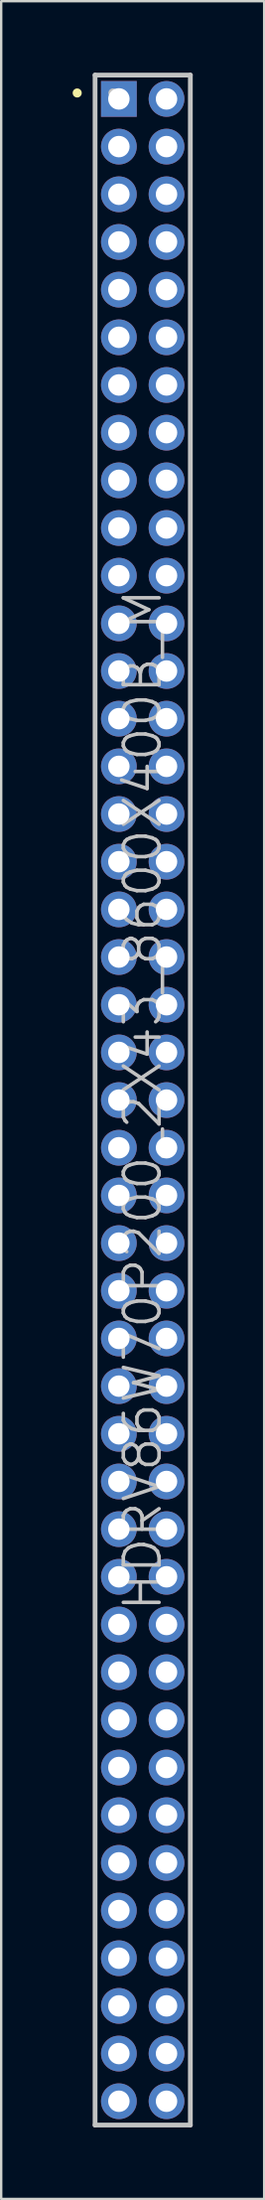
<source format=kicad_pcb>
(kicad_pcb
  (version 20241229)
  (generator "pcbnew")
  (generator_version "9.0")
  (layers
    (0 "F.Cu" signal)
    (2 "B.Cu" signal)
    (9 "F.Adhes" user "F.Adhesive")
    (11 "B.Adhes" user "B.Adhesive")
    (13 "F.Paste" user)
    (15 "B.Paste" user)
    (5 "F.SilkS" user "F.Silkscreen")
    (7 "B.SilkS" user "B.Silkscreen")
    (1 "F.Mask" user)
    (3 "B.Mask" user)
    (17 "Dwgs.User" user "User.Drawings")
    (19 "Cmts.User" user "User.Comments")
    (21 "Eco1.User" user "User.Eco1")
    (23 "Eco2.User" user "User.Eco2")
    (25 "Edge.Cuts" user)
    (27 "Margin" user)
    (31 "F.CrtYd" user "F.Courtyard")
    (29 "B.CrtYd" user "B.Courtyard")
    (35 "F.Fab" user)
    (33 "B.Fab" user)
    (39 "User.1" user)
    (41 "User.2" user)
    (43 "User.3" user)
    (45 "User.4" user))
  (footprint "HDRV86W70P200_2X43_8600X400B_M"
    (layer "F.Cu")
    (at 2.941 43.1)
    (property "Reference" "HDRV86W70P200_2X43_8600X400B_M" (at 0 0 90) (layer "Dwgs.User") (effects (font (size 1.5 1.5) (thickness 0.15))))
    (attr through_hole)
    (fp_line (start -2.75 -42.25) (end -2.75 -42.25) (stroke (width 0.381) (type solid)) (layer "F.SilkS"))
    (fp_line (start -2 -43) (end -2 43) (stroke (width 0.2) (type solid)) (layer "Dwgs.User"))
    (fp_line (start -2 -43) (end 2 -43) (stroke (width 0.2) (type solid)) (layer "Dwgs.User"))
    (fp_line (start -2 43) (end 2 43) (stroke (width 0.2) (type solid)) (layer "Dwgs.User"))
    (fp_line (start -1.25 -42.25) (end -1.25 -42.25) (stroke (width 0.381) (type solid)) (layer "Dwgs.User"))
    (fp_line (start 2 -43) (end 2 43) (stroke (width 0.2) (type solid)) (layer "Dwgs.User"))
    (pad "1" thru_hole rect (at -1 -42) (size 1.5 1.5) (drill 0.9) (layers "*.Cu" "*.Mask"))
    (pad "2" thru_hole circle (at 1 -42 270) (size 1.5 1.5) (drill 0.9) (layers "*.Cu" "*.Mask"))
    (pad "3" thru_hole circle (at -1 -40 270) (size 1.5 1.5) (drill 0.9) (layers "*.Cu" "*.Mask"))
    (pad "4" thru_hole circle (at 1 -40 270) (size 1.5 1.5) (drill 0.9) (layers "*.Cu" "*.Mask"))
    (pad "5" thru_hole circle (at -1 -38 270) (size 1.5 1.5) (drill 0.9) (layers "*.Cu" "*.Mask"))
    (pad "6" thru_hole circle (at 1 -38 270) (size 1.5 1.5) (drill 0.9) (layers "*.Cu" "*.Mask"))
    (pad "7" thru_hole circle (at -1 -36 270) (size 1.5 1.5) (drill 0.9) (layers "*.Cu" "*.Mask"))
    (pad "8" thru_hole circle (at 1 -36 270) (size 1.5 1.5) (drill 0.9) (layers "*.Cu" "*.Mask"))
    (pad "9" thru_hole circle (at -1 -34 270) (size 1.5 1.5) (drill 0.9) (layers "*.Cu" "*.Mask"))
    (pad "10" thru_hole circle (at 1 -34 270) (size 1.5 1.5) (drill 0.9) (layers "*.Cu" "*.Mask"))
    (pad "11" thru_hole circle (at -1 -32 270) (size 1.5 1.5) (drill 0.9) (layers "*.Cu" "*.Mask"))
    (pad "12" thru_hole circle (at 1 -32 270) (size 1.5 1.5) (drill 0.9) (layers "*.Cu" "*.Mask"))
    (pad "13" thru_hole circle (at -1 -30 270) (size 1.5 1.5) (drill 0.9) (layers "*.Cu" "*.Mask"))
    (pad "14" thru_hole circle (at 1 -30 270) (size 1.5 1.5) (drill 0.9) (layers "*.Cu" "*.Mask"))
    (pad "15" thru_hole circle (at -1 -28 270) (size 1.5 1.5) (drill 0.9) (layers "*.Cu" "*.Mask"))
    (pad "16" thru_hole circle (at 1 -28 270) (size 1.5 1.5) (drill 0.9) (layers "*.Cu" "*.Mask"))
    (pad "17" thru_hole circle (at -1 -26 270) (size 1.5 1.5) (drill 0.9) (layers "*.Cu" "*.Mask"))
    (pad "18" thru_hole circle (at 1 -26 270) (size 1.5 1.5) (drill 0.9) (layers "*.Cu" "*.Mask"))
    (pad "19" thru_hole circle (at -1 -24 270) (size 1.5 1.5) (drill 0.9) (layers "*.Cu" "*.Mask"))
    (pad "20" thru_hole circle (at 1 -24 270) (size 1.5 1.5) (drill 0.9) (layers "*.Cu" "*.Mask"))
    (pad "21" thru_hole circle (at -1 -22 270) (size 1.5 1.5) (drill 0.9) (layers "*.Cu" "*.Mask"))
    (pad "22" thru_hole circle (at 1 -22 270) (size 1.5 1.5) (drill 0.9) (layers "*.Cu" "*.Mask"))
    (pad "23" thru_hole circle (at -1 -20 270) (size 1.5 1.5) (drill 0.9) (layers "*.Cu" "*.Mask"))
    (pad "24" thru_hole circle (at 1 -20 270) (size 1.5 1.5) (drill 0.9) (layers "*.Cu" "*.Mask"))
    (pad "25" thru_hole circle (at -1 -18 270) (size 1.5 1.5) (drill 0.9) (layers "*.Cu" "*.Mask"))
    (pad "26" thru_hole circle (at 1 -18 270) (size 1.5 1.5) (drill 0.9) (layers "*.Cu" "*.Mask"))
    (pad "27" thru_hole circle (at -1 -16 270) (size 1.5 1.5) (drill 0.9) (layers "*.Cu" "*.Mask"))
    (pad "28" thru_hole circle (at 1 -16 270) (size 1.5 1.5) (drill 0.9) (layers "*.Cu" "*.Mask"))
    (pad "29" thru_hole circle (at -1 -14 270) (size 1.5 1.5) (drill 0.9) (layers "*.Cu" "*.Mask"))
    (pad "30" thru_hole circle (at 1 -14 270) (size 1.5 1.5) (drill 0.9) (layers "*.Cu" "*.Mask"))
    (pad "31" thru_hole circle (at -1 -12 270) (size 1.5 1.5) (drill 0.9) (layers "*.Cu" "*.Mask"))
    (pad "32" thru_hole circle (at 1 -12 270) (size 1.5 1.5) (drill 0.9) (layers "*.Cu" "*.Mask"))
    (pad "33" thru_hole circle (at -1 -10 270) (size 1.5 1.5) (drill 0.9) (layers "*.Cu" "*.Mask"))
    (pad "34" thru_hole circle (at 1 -10 270) (size 1.5 1.5) (drill 0.9) (layers "*.Cu" "*.Mask"))
    (pad "35" thru_hole circle (at -1 -8 270) (size 1.5 1.5) (drill 0.9) (layers "*.Cu" "*.Mask"))
    (pad "36" thru_hole circle (at 1 -8 270) (size 1.5 1.5) (drill 0.9) (layers "*.Cu" "*.Mask"))
    (pad "37" thru_hole circle (at -1 -6 270) (size 1.5 1.5) (drill 0.9) (layers "*.Cu" "*.Mask"))
    (pad "38" thru_hole circle (at 1 -6 270) (size 1.5 1.5) (drill 0.9) (layers "*.Cu" "*.Mask"))
    (pad "39" thru_hole circle (at -1 -4 270) (size 1.5 1.5) (drill 0.9) (layers "*.Cu" "*.Mask"))
    (pad "40" thru_hole circle (at 1 -4 270) (size 1.5 1.5) (drill 0.9) (layers "*.Cu" "*.Mask"))
    (pad "41" thru_hole circle (at -1 -2 270) (size 1.5 1.5) (drill 0.9) (layers "*.Cu" "*.Mask"))
    (pad "42" thru_hole circle (at 1 -2 270) (size 1.5 1.5) (drill 0.9) (layers "*.Cu" "*.Mask"))
    (pad "43" thru_hole circle (at -1 0 270) (size 1.5 1.5) (drill 0.9) (layers "*.Cu" "*.Mask"))
    (pad "44" thru_hole circle (at 1 0 270) (size 1.5 1.5) (drill 0.9) (layers "*.Cu" "*.Mask"))
    (pad "45" thru_hole circle (at -1 2 270) (size 1.5 1.5) (drill 0.9) (layers "*.Cu" "*.Mask"))
    (pad "46" thru_hole circle (at 1 2 270) (size 1.5 1.5) (drill 0.9) (layers "*.Cu" "*.Mask"))
    (pad "47" thru_hole circle (at -1 4 270) (size 1.5 1.5) (drill 0.9) (layers "*.Cu" "*.Mask"))
    (pad "48" thru_hole circle (at 1 4 270) (size 1.5 1.5) (drill 0.9) (layers "*.Cu" "*.Mask"))
    (pad "49" thru_hole circle (at -1 6 270) (size 1.5 1.5) (drill 0.9) (layers "*.Cu" "*.Mask"))
    (pad "50" thru_hole circle (at 1 6 270) (size 1.5 1.5) (drill 0.9) (layers "*.Cu" "*.Mask"))
    (pad "51" thru_hole circle (at -1 8 270) (size 1.5 1.5) (drill 0.9) (layers "*.Cu" "*.Mask"))
    (pad "52" thru_hole circle (at 1 8 270) (size 1.5 1.5) (drill 0.9) (layers "*.Cu" "*.Mask"))
    (pad "53" thru_hole circle (at -1 10 270) (size 1.5 1.5) (drill 0.9) (layers "*.Cu" "*.Mask"))
    (pad "54" thru_hole circle (at 1 10 270) (size 1.5 1.5) (drill 0.9) (layers "*.Cu" "*.Mask"))
    (pad "55" thru_hole circle (at -1 12 270) (size 1.5 1.5) (drill 0.9) (layers "*.Cu" "*.Mask"))
    (pad "56" thru_hole circle (at 1 12 270) (size 1.5 1.5) (drill 0.9) (layers "*.Cu" "*.Mask"))
    (pad "57" thru_hole circle (at -1 14 270) (size 1.5 1.5) (drill 0.9) (layers "*.Cu" "*.Mask"))
    (pad "58" thru_hole circle (at 1 14 270) (size 1.5 1.5) (drill 0.9) (layers "*.Cu" "*.Mask"))
    (pad "59" thru_hole circle (at -1 16 270) (size 1.5 1.5) (drill 0.9) (layers "*.Cu" "*.Mask"))
    (pad "60" thru_hole circle (at 1 16 270) (size 1.5 1.5) (drill 0.9) (layers "*.Cu" "*.Mask"))
    (pad "61" thru_hole circle (at -1 18 270) (size 1.5 1.5) (drill 0.9) (layers "*.Cu" "*.Mask"))
    (pad "62" thru_hole circle (at 1 18 270) (size 1.5 1.5) (drill 0.9) (layers "*.Cu" "*.Mask"))
    (pad "63" thru_hole circle (at -1 20 270) (size 1.5 1.5) (drill 0.9) (layers "*.Cu" "*.Mask"))
    (pad "64" thru_hole circle (at 1 20 270) (size 1.5 1.5) (drill 0.9) (layers "*.Cu" "*.Mask"))
    (pad "65" thru_hole circle (at -1 22 270) (size 1.5 1.5) (drill 0.9) (layers "*.Cu" "*.Mask"))
    (pad "66" thru_hole circle (at 1 22 270) (size 1.5 1.5) (drill 0.9) (layers "*.Cu" "*.Mask"))
    (pad "67" thru_hole circle (at -1 24 270) (size 1.5 1.5) (drill 0.9) (layers "*.Cu" "*.Mask"))
    (pad "68" thru_hole circle (at 1 24 270) (size 1.5 1.5) (drill 0.9) (layers "*.Cu" "*.Mask"))
    (pad "69" thru_hole circle (at -1 26 270) (size 1.5 1.5) (drill 0.9) (layers "*.Cu" "*.Mask"))
    (pad "70" thru_hole circle (at 1 26 270) (size 1.5 1.5) (drill 0.9) (layers "*.Cu" "*.Mask"))
    (pad "71" thru_hole circle (at -1 28 270) (size 1.5 1.5) (drill 0.9) (layers "*.Cu" "*.Mask"))
    (pad "72" thru_hole circle (at 1 28 270) (size 1.5 1.5) (drill 0.9) (layers "*.Cu" "*.Mask"))
    (pad "73" thru_hole circle (at -1 30 270) (size 1.5 1.5) (drill 0.9) (layers "*.Cu" "*.Mask"))
    (pad "74" thru_hole circle (at 1 30 270) (size 1.5 1.5) (drill 0.9) (layers "*.Cu" "*.Mask"))
    (pad "75" thru_hole circle (at -1 32 270) (size 1.5 1.5) (drill 0.9) (layers "*.Cu" "*.Mask"))
    (pad "76" thru_hole circle (at 1 32 270) (size 1.5 1.5) (drill 0.9) (layers "*.Cu" "*.Mask"))
    (pad "77" thru_hole circle (at -1 34 270) (size 1.5 1.5) (drill 0.9) (layers "*.Cu" "*.Mask"))
    (pad "78" thru_hole circle (at 1 34 270) (size 1.5 1.5) (drill 0.9) (layers "*.Cu" "*.Mask"))
    (pad "79" thru_hole circle (at -1 36 270) (size 1.5 1.5) (drill 0.9) (layers "*.Cu" "*.Mask"))
    (pad "80" thru_hole circle (at 1 36 270) (size 1.5 1.5) (drill 0.9) (layers "*.Cu" "*.Mask"))
    (pad "81" thru_hole circle (at -1 38 270) (size 1.5 1.5) (drill 0.9) (layers "*.Cu" "*.Mask"))
    (pad "82" thru_hole circle (at 1 38 270) (size 1.5 1.5) (drill 0.9) (layers "*.Cu" "*.Mask"))
    (pad "83" thru_hole circle (at -1 40 270) (size 1.5 1.5) (drill 0.9) (layers "*.Cu" "*.Mask"))
    (pad "84" thru_hole circle (at 1 40 270) (size 1.5 1.5) (drill 0.9) (layers "*.Cu" "*.Mask"))
    (pad "85" thru_hole circle (at -1 42 270) (size 1.5 1.5) (drill 0.9) (layers "*.Cu" "*.Mask"))
    (pad "86" thru_hole circle (at 1 42 270) (size 1.5 1.5) (drill 0.9) (layers "*.Cu" "*.Mask")))
  (gr_rect
    (start -3 -3)
    (end 8.04 89.2)
    (stroke (width 0.1) (type default))
    (fill no)
    (layer "Edge.Cuts")))
</source>
